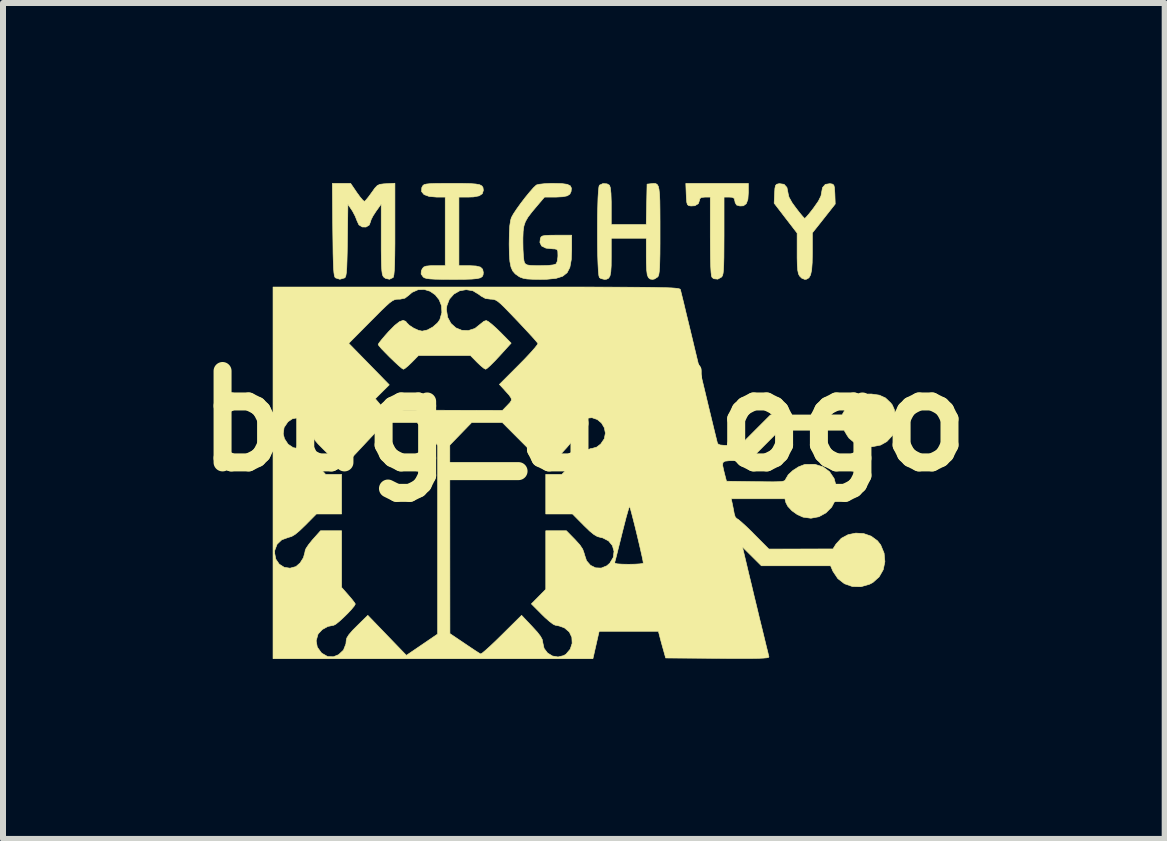
<source format=kicad_pcb>
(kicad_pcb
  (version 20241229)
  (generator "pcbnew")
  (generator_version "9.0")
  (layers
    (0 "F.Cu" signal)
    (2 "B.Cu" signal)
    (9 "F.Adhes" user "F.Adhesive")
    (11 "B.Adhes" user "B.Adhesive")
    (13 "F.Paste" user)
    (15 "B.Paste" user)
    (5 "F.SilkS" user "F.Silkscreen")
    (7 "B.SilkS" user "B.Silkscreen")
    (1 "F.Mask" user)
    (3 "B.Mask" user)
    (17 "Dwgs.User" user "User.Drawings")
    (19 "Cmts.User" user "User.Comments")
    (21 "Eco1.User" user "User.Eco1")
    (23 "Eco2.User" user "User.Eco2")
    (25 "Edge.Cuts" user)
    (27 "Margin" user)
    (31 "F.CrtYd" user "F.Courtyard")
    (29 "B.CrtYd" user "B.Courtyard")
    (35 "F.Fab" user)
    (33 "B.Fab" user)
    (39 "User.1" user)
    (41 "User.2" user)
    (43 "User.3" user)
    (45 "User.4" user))
  (footprint "bug_a_logo"
    (layer "F.Cu")
    (at 6.684 3.97)
    (property "Reference" "bug_a_logo" (at 0 0 0) (layer "F.SilkS") (effects (font (size 1.524 1.524) (thickness 0.3))))
    (attr through_hole)
    (fp_poly (pts (xy 2.743 -3.815) (xy 2.735 -3.697) (xy 2.708 -3.624) (xy 2.66 -3.589) (xy 2.602 -3.586) (xy 2.546 -3.602) (xy 2.522 -3.644) (xy 2.519 -3.664) (xy 2.507 -3.712) (xy 2.474 -3.731) (xy 2.424 -3.734) (xy 2.337 -3.734) (xy 2.337 -3.088) (xy 2.336 -2.886) (xy 2.335 -2.729) (xy 2.332 -2.61) (xy 2.328 -2.525) (xy 2.322 -2.467) (xy 2.313 -2.429) (xy 2.301 -2.407) (xy 2.297 -2.402) (xy 2.233 -2.366) (xy 2.167 -2.373) (xy 2.139 -2.393) (xy 2.128 -2.419) (xy 2.121 -2.479) (xy 2.115 -2.575) (xy 2.111 -2.711) (xy 2.109 -2.892) (xy 2.108 -3.078) (xy 2.108 -3.734) (xy 2.019 -3.734) (xy 1.957 -3.728) (xy 1.933 -3.705) (xy 1.93 -3.686) (xy 1.909 -3.625) (xy 1.851 -3.59) (xy 1.786 -3.586) (xy 1.749 -3.592) (xy 1.727 -3.609) (xy 1.716 -3.647) (xy 1.71 -3.718) (xy 1.707 -3.778) (xy 1.7 -3.962) (xy 2.743 -3.962) (xy 2.743 -3.815)) (stroke (width 0.01) (type solid)) (fill yes) (layer "F.SilkS"))
    (fp_poly (pts (xy 4.103 -3.958) (xy 4.144 -3.951) (xy 4.167 -3.934) (xy 4.178 -3.894) (xy 4.183 -3.82) (xy 4.185 -3.785) (xy 4.191 -3.619) (xy 4.001 -3.378) (xy 3.81 -3.137) (xy 3.81 -2.806) (xy 3.807 -2.641) (xy 3.798 -2.52) (xy 3.78 -2.437) (xy 3.752 -2.388) (xy 3.712 -2.365) (xy 3.683 -2.362) (xy 3.633 -2.382) (xy 3.596 -2.419) (xy 3.578 -2.455) (xy 3.566 -2.513) (xy 3.559 -2.599) (xy 3.556 -2.723) (xy 3.556 -2.805) (xy 3.556 -3.134) (xy 3.364 -3.383) (xy 3.173 -3.632) (xy 3.18 -3.791) (xy 3.185 -3.878) (xy 3.195 -3.926) (xy 3.215 -3.948) (xy 3.252 -3.957) (xy 3.263 -3.958) (xy 3.338 -3.947) (xy 3.386 -3.894) (xy 3.404 -3.804) (xy 3.404 -3.801) (xy 3.42 -3.733) (xy 3.472 -3.64) (xy 3.536 -3.552) (xy 3.597 -3.473) (xy 3.647 -3.413) (xy 3.678 -3.381) (xy 3.683 -3.378) (xy 3.704 -3.397) (xy 3.748 -3.447) (xy 3.806 -3.52) (xy 3.83 -3.552) (xy 3.91 -3.666) (xy 3.953 -3.753) (xy 3.962 -3.801) (xy 3.979 -3.892) (xy 4.026 -3.946) (xy 4.101 -3.958) (xy 4.103 -3.958)) (stroke (width 0.01) (type solid)) (fill yes) (layer "F.SilkS"))
    (fp_poly (pts (xy -2.025 -3.962) (xy -1.893 -3.959) (xy -1.8 -3.952) (xy -1.737 -3.94) (xy -1.701 -3.921) (xy -1.682 -3.895) (xy -1.677 -3.859) (xy -1.676 -3.844) (xy -1.693 -3.79) (xy -1.746 -3.755) (xy -1.839 -3.737) (xy -1.929 -3.734) (xy -2.083 -3.734) (xy -2.083 -2.591) (xy -1.91 -2.591) (xy -1.796 -2.585) (xy -1.724 -2.567) (xy -1.687 -2.531) (xy -1.676 -2.477) (xy -1.68 -2.438) (xy -1.694 -2.409) (xy -1.726 -2.388) (xy -1.782 -2.375) (xy -1.868 -2.367) (xy -1.991 -2.363) (xy -2.157 -2.362) (xy -2.188 -2.362) (xy -2.355 -2.363) (xy -2.478 -2.365) (xy -2.565 -2.37) (xy -2.623 -2.378) (xy -2.659 -2.389) (xy -2.678 -2.402) (xy -2.713 -2.451) (xy -2.71 -2.503) (xy -2.692 -2.542) (xy -2.669 -2.568) (xy -2.63 -2.583) (xy -2.562 -2.59) (xy -2.488 -2.591) (xy -2.311 -2.591) (xy -2.311 -3.734) (xy -2.453 -3.734) (xy -2.579 -3.745) (xy -2.664 -3.776) (xy -2.705 -3.825) (xy -2.702 -3.891) (xy -2.691 -3.913) (xy -2.679 -3.931) (xy -2.658 -3.944) (xy -2.622 -3.952) (xy -2.562 -3.958) (xy -2.473 -3.961) (xy -2.346 -3.962) (xy -2.201 -3.962) (xy -2.025 -3.962)) (stroke (width 0.01) (type solid)) (fill yes) (layer "F.SilkS"))
    (fp_poly (pts (xy 1.198 -3.959) (xy 1.222 -3.945) (xy 1.241 -3.914) (xy 1.253 -3.862) (xy 1.262 -3.783) (xy 1.267 -3.672) (xy 1.269 -3.524) (xy 1.27 -3.333) (xy 1.27 -3.174) (xy 1.27 -2.958) (xy 1.269 -2.787) (xy 1.266 -2.656) (xy 1.263 -2.559) (xy 1.257 -2.491) (xy 1.25 -2.445) (xy 1.241 -2.417) (xy 1.23 -2.402) (xy 1.179 -2.369) (xy 1.146 -2.362) (xy 1.105 -2.368) (xy 1.076 -2.392) (xy 1.057 -2.439) (xy 1.047 -2.519) (xy 1.042 -2.637) (xy 1.041 -2.736) (xy 1.041 -3.048) (xy 0.457 -3.048) (xy 0.457 -2.736) (xy 0.456 -2.59) (xy 0.449 -2.487) (xy 0.436 -2.42) (xy 0.413 -2.382) (xy 0.379 -2.365) (xy 0.343 -2.362) (xy 0.285 -2.376) (xy 0.259 -2.393) (xy 0.25 -2.427) (xy 0.242 -2.504) (xy 0.236 -2.616) (xy 0.231 -2.755) (xy 0.228 -2.914) (xy 0.227 -3.084) (xy 0.227 -3.258) (xy 0.228 -3.427) (xy 0.232 -3.584) (xy 0.236 -3.721) (xy 0.243 -3.83) (xy 0.251 -3.903) (xy 0.259 -3.932) (xy 0.317 -3.959) (xy 0.386 -3.955) (xy 0.427 -3.932) (xy 0.442 -3.889) (xy 0.452 -3.797) (xy 0.457 -3.655) (xy 0.457 -3.589) (xy 0.457 -3.277) (xy 1.04 -3.277) (xy 1.047 -3.613) (xy 1.054 -3.95) (xy 1.125 -3.958) (xy 1.166 -3.962) (xy 1.198 -3.959)) (stroke (width 0.01) (type solid)) (fill yes) (layer "F.SilkS"))
    (fp_poly (pts (xy -3.15 -3.194) (xy -3.15 -2.956) (xy -3.152 -2.765) (xy -3.155 -2.617) (xy -3.16 -2.51) (xy -3.167 -2.439) (xy -3.176 -2.4) (xy -3.18 -2.393) (xy -3.24 -2.364) (xy -3.307 -2.379) (xy -3.338 -2.402) (xy -3.351 -2.422) (xy -3.361 -2.455) (xy -3.368 -2.508) (xy -3.373 -2.587) (xy -3.376 -2.698) (xy -3.378 -2.848) (xy -3.378 -3.031) (xy -3.378 -3.619) (xy -3.467 -3.494) (xy -3.515 -3.42) (xy -3.547 -3.357) (xy -3.556 -3.326) (xy -3.578 -3.268) (xy -3.632 -3.235) (xy -3.694 -3.236) (xy -3.75 -3.271) (xy -3.781 -3.337) (xy -3.811 -3.414) (xy -3.856 -3.499) (xy -3.869 -3.519) (xy -3.934 -3.615) (xy -3.942 -3.013) (xy -3.945 -2.818) (xy -3.949 -2.667) (xy -3.953 -2.556) (xy -3.959 -2.478) (xy -3.967 -2.428) (xy -3.977 -2.399) (xy -3.988 -2.387) (xy -4.067 -2.364) (xy -4.14 -2.387) (xy -4.151 -2.4) (xy -4.16 -2.429) (xy -4.167 -2.477) (xy -4.173 -2.551) (xy -4.177 -2.656) (xy -4.181 -2.795) (xy -4.183 -2.976) (xy -4.186 -3.187) (xy -4.193 -3.962) (xy -3.888 -3.962) (xy -3.784 -3.809) (xy -3.73 -3.735) (xy -3.686 -3.683) (xy -3.659 -3.662) (xy -3.657 -3.662) (xy -3.632 -3.686) (xy -3.588 -3.74) (xy -3.537 -3.81) (xy -3.484 -3.884) (xy -3.443 -3.927) (xy -3.399 -3.947) (xy -3.335 -3.955) (xy -3.295 -3.957) (xy -3.15 -3.965) (xy -3.15 -3.194)) (stroke (width 0.01) (type solid)) (fill yes) (layer "F.SilkS"))
    (fp_poly (pts (xy -0.367 -3.959) (xy -0.277 -3.947) (xy -0.226 -3.922) (xy -0.207 -3.883) (xy -0.213 -3.826) (xy -0.213 -3.826) (xy -0.234 -3.783) (xy -0.277 -3.755) (xy -0.352 -3.74) (xy -0.466 -3.734) (xy -0.5 -3.734) (xy -0.656 -3.734) (xy -0.77 -3.6) (xy -0.865 -3.487) (xy -0.932 -3.399) (xy -0.975 -3.324) (xy -1 -3.249) (xy -1.012 -3.162) (xy -1.016 -3.051) (xy -1.016 -2.979) (xy -1.014 -2.858) (xy -1.008 -2.753) (xy -0.999 -2.675) (xy -0.99 -2.64) (xy -0.971 -2.617) (xy -0.94 -2.602) (xy -0.885 -2.594) (xy -0.795 -2.591) (xy -0.728 -2.591) (xy -0.599 -2.594) (xy -0.509 -2.604) (xy -0.463 -2.62) (xy -0.462 -2.621) (xy -0.443 -2.664) (xy -0.433 -2.735) (xy -0.432 -2.761) (xy -0.434 -2.829) (xy -0.448 -2.861) (xy -0.485 -2.87) (xy -0.514 -2.871) (xy -0.632 -2.883) (xy -0.705 -2.919) (xy -0.733 -2.979) (xy -0.724 -3.048) (xy -0.712 -3.071) (xy -0.688 -3.086) (xy -0.643 -3.094) (xy -0.565 -3.098) (xy -0.455 -3.099) (xy -0.203 -3.099) (xy -0.203 -2.856) (xy -0.21 -2.689) (xy -0.233 -2.563) (xy -0.279 -2.473) (xy -0.354 -2.414) (xy -0.464 -2.379) (xy -0.614 -2.364) (xy -0.724 -2.362) (xy -0.855 -2.364) (xy -0.947 -2.369) (xy -1.012 -2.381) (xy -1.062 -2.399) (xy -1.085 -2.412) (xy -1.144 -2.454) (xy -1.187 -2.504) (xy -1.215 -2.569) (xy -1.233 -2.659) (xy -1.242 -2.781) (xy -1.245 -2.945) (xy -1.245 -2.959) (xy -1.242 -3.131) (xy -1.235 -3.258) (xy -1.221 -3.347) (xy -1.208 -3.392) (xy -1.175 -3.452) (xy -1.12 -3.535) (xy -1.051 -3.631) (xy -0.976 -3.729) (xy -0.902 -3.819) (xy -0.839 -3.891) (xy -0.794 -3.933) (xy -0.787 -3.937) (xy -0.742 -3.948) (xy -0.66 -3.957) (xy -0.555 -3.962) (xy -0.5 -3.962) (xy -0.367 -3.959)) (stroke (width 0.01) (type solid)) (fill yes) (layer "F.SilkS"))
    (fp_poly (pts (xy -1.308 -2.235) (xy -0.872 -2.235) (xy -0.482 -2.235) (xy -0.135 -2.235) (xy 0.171 -2.234) (xy 0.439 -2.233) (xy 0.672 -2.232) (xy 0.871 -2.231) (xy 1.04 -2.23) (xy 1.181 -2.228) (xy 1.297 -2.225) (xy 1.389 -2.223) (xy 1.462 -2.22) (xy 1.516 -2.216) (xy 1.555 -2.212) (xy 1.582 -2.207) (xy 1.598 -2.202) (xy 1.607 -2.196) (xy 1.61 -2.191) (xy 1.618 -2.158) (xy 1.637 -2.081) (xy 1.666 -1.964) (xy 1.702 -1.812) (xy 1.746 -1.631) (xy 1.796 -1.424) (xy 1.85 -1.198) (xy 1.908 -0.957) (xy 1.918 -0.914) (xy 1.976 -0.671) (xy 2.031 -0.442) (xy 2.081 -0.232) (xy 2.126 -0.046) (xy 2.164 0.111) (xy 2.194 0.234) (xy 2.215 0.319) (xy 2.225 0.36) (xy 2.225 0.362) (xy 2.241 0.386) (xy 2.276 0.399) (xy 2.343 0.405) (xy 2.422 0.406) (xy 2.604 0.406) (xy 2.857 0.152) (xy 3.111 -0.102) (xy 3.708 -0.102) (xy 4.305 -0.103) (xy 4.381 -0.234) (xy 4.464 -0.347) (xy 4.557 -0.417) (xy 4.673 -0.449) (xy 4.794 -0.451) (xy 4.926 -0.432) (xy 5.028 -0.386) (xy 5.115 -0.304) (xy 5.142 -0.27) (xy 5.177 -0.19) (xy 5.196 -0.081) (xy 5.197 0.039) (xy 5.181 0.15) (xy 5.148 0.235) (xy 5.142 0.244) (xy 5.051 0.342) (xy 4.948 0.4) (xy 4.816 0.426) (xy 4.805 0.427) (xy 4.653 0.417) (xy 4.522 0.369) (xy 4.421 0.285) (xy 4.39 0.24) (xy 4.338 0.152) (xy 3.263 0.152) (xy 3.01 0.406) (xy 2.757 0.66) (xy 2.534 0.66) (xy 2.421 0.661) (xy 2.352 0.669) (xy 2.318 0.692) (xy 2.314 0.74) (xy 2.331 0.819) (xy 2.345 0.876) (xy 2.378 1.003) (xy 2.864 1.01) (xy 3.032 1.012) (xy 3.157 1.013) (xy 3.244 1.011) (xy 3.302 1.007) (xy 3.336 0.999) (xy 3.355 0.987) (xy 3.364 0.971) (xy 3.365 0.968) (xy 3.408 0.895) (xy 3.486 0.823) (xy 3.58 0.763) (xy 3.676 0.726) (xy 3.693 0.723) (xy 3.851 0.721) (xy 3.987 0.763) (xy 4.096 0.844) (xy 4.173 0.959) (xy 4.212 1.104) (xy 4.216 1.176) (xy 4.194 1.316) (xy 4.131 1.436) (xy 4.036 1.531) (xy 3.919 1.595) (xy 3.786 1.62) (xy 3.655 1.602) (xy 3.559 1.559) (xy 3.469 1.495) (xy 3.4 1.421) (xy 3.368 1.359) (xy 3.352 1.295) (xy 2.457 1.295) (xy 2.475 1.378) (xy 2.493 1.467) (xy 2.507 1.543) (xy 2.524 1.599) (xy 2.548 1.625) (xy 2.55 1.626) (xy 2.578 1.643) (xy 2.633 1.69) (xy 2.71 1.76) (xy 2.8 1.847) (xy 2.832 1.88) (xy 3.085 2.134) (xy 3.619 2.133) (xy 4.153 2.132) (xy 4.204 2.051) (xy 4.292 1.955) (xy 4.406 1.894) (xy 4.534 1.868) (xy 4.666 1.876) (xy 4.79 1.919) (xy 4.895 1.996) (xy 4.949 2.065) (xy 5.006 2.203) (xy 5.019 2.345) (xy 4.991 2.479) (xy 4.923 2.598) (xy 4.819 2.691) (xy 4.764 2.72) (xy 4.619 2.762) (xy 4.476 2.758) (xy 4.345 2.712) (xy 4.235 2.627) (xy 4.154 2.506) (xy 4.149 2.496) (xy 4.114 2.413) (xy 2.96 2.413) (xy 2.802 2.256) (xy 2.644 2.099) (xy 2.68 2.25) (xy 2.713 2.389) (xy 2.751 2.55) (xy 2.794 2.727) (xy 2.838 2.913) (xy 2.884 3.102) (xy 2.928 3.287) (xy 2.971 3.461) (xy 3.009 3.617) (xy 3.041 3.749) (xy 3.066 3.849) (xy 3.081 3.912) (xy 3.086 3.931) (xy 3.08 3.94) (xy 3.051 3.947) (xy 2.996 3.952) (xy 2.91 3.956) (xy 2.789 3.958) (xy 2.629 3.958) (xy 2.426 3.958) (xy 2.231 3.956) (xy 1.364 3.95) (xy 1.332 3.835) (xy 1.304 3.736) (xy 1.276 3.633) (xy 1.271 3.613) (xy 1.243 3.505) (xy 0.255 3.505) (xy 0.239 3.575) (xy 0.222 3.65) (xy 0.203 3.734) (xy 0.203 3.734) (xy 0.184 3.817) (xy 0.167 3.893) (xy 0.167 3.893) (xy 0.151 3.962) (xy -5.182 3.962) (xy -5.182 2.197) (xy -5.156 2.197) (xy -5.135 2.303) (xy -5.078 2.386) (xy -4.996 2.438) (xy -4.899 2.453) (xy -4.8 2.426) (xy -4.73 2.365) (xy -4.675 2.277) (xy -4.649 2.181) (xy -4.648 2.165) (xy -4.632 2.124) (xy -4.589 2.06) (xy -4.529 1.985) (xy -4.519 1.974) (xy -4.39 1.829) (xy -4.039 1.829) (xy -4.039 2.773) (xy -3.924 2.904) (xy -3.867 2.971) (xy -3.826 3.024) (xy -3.81 3.05) (xy -3.81 3.05) (xy -3.828 3.083) (xy -3.874 3.139) (xy -3.938 3.208) (xy -4.01 3.278) (xy -4.079 3.341) (xy -4.136 3.387) (xy -4.169 3.404) (xy -4.267 3.424) (xy -4.36 3.475) (xy -4.427 3.546) (xy -4.433 3.557) (xy -4.463 3.664) (xy -4.444 3.769) (xy -4.379 3.86) (xy -4.366 3.872) (xy -4.272 3.926) (xy -4.176 3.93) (xy -4.089 3.895) (xy -4.008 3.819) (xy -3.967 3.715) (xy -3.962 3.662) (xy -3.952 3.617) (xy -3.917 3.561) (xy -3.852 3.486) (xy -3.782 3.416) (xy -3.602 3.239) (xy -3.281 3.572) (xy -2.959 3.906) (xy -2.699 3.729) (xy -2.438 3.551) (xy -2.438 1.977) (xy -2.438 0.403) (xy -2.44 0.401) (xy -2.235 0.401) (xy -2.234 1.972) (xy -2.233 3.543) (xy -1.988 3.708) (xy -1.89 3.774) (xy -1.806 3.83) (xy -1.746 3.868) (xy -1.72 3.883) (xy -1.695 3.869) (xy -1.641 3.824) (xy -1.563 3.754) (xy -1.468 3.664) (xy -1.367 3.565) (xy -1.038 3.239) (xy -0.862 3.425) (xy -0.776 3.519) (xy -0.723 3.588) (xy -0.694 3.641) (xy -0.685 3.688) (xy -0.685 3.692) (xy -0.663 3.79) (xy -0.605 3.867) (xy -0.523 3.917) (xy -0.43 3.933) (xy -0.336 3.91) (xy -0.297 3.886) (xy -0.227 3.803) (xy -0.195 3.706) (xy -0.2 3.606) (xy -0.242 3.517) (xy -0.319 3.451) (xy -0.341 3.441) (xy -0.412 3.416) (xy -0.47 3.404) (xy -0.476 3.404) (xy -0.513 3.386) (xy -0.574 3.34) (xy -0.65 3.273) (xy -0.698 3.226) (xy -0.875 3.048) (xy -0.755 2.927) (xy -0.635 2.805) (xy -0.635 1.829) (xy -0.291 1.829) (xy -0.148 1.975) (xy -0.067 2.064) (xy -0.019 2.136) (xy 0.005 2.203) (xy 0.009 2.221) (xy 0.045 2.329) (xy 0.111 2.405) (xy 0.196 2.447) (xy 0.29 2.451) (xy 0.383 2.413) (xy 0.434 2.368) (xy 0.441 2.356) (xy 0.514 2.356) (xy 0.521 2.371) (xy 0.561 2.381) (xy 0.639 2.386) (xy 0.747 2.388) (xy 0.851 2.386) (xy 0.933 2.381) (xy 0.982 2.374) (xy 0.991 2.369) (xy 0.986 2.332) (xy 0.971 2.259) (xy 0.948 2.157) (xy 0.92 2.036) (xy 0.889 1.905) (xy 0.857 1.773) (xy 0.826 1.651) (xy 0.799 1.546) (xy 0.778 1.468) (xy 0.765 1.427) (xy 0.763 1.422) (xy 0.752 1.446) (xy 0.732 1.511) (xy 0.704 1.61) (xy 0.672 1.735) (xy 0.637 1.873) (xy 0.601 2.019) (xy 0.568 2.149) (xy 0.542 2.254) (xy 0.523 2.326) (xy 0.514 2.356) (xy 0.441 2.356) (xy 0.491 2.272) (xy 0.503 2.171) (xy 0.476 2.076) (xy 0.412 1.998) (xy 0.316 1.948) (xy 0.28 1.94) (xy 0.225 1.925) (xy 0.167 1.891) (xy 0.096 1.833) (xy 0.003 1.743) (xy -0.003 1.737) (xy -0.189 1.549) (xy -0.635 1.549) (xy -0.635 0.889) (xy -0.367 0.889) (xy -0.152 0.673) (xy -0.053 0.576) (xy 0.021 0.511) (xy 0.075 0.474) (xy 0.118 0.458) (xy 0.135 0.457) (xy 0.215 0.434) (xy 0.281 0.383) (xy 0.341 0.295) (xy 0.359 0.201) (xy 0.341 0.111) (xy 0.294 0.032) (xy 0.224 -0.026) (xy 0.136 -0.056) (xy 0.039 -0.047) (xy -0.012 -0.026) (xy -0.068 0.023) (xy -0.115 0.097) (xy -0.143 0.174) (xy -0.145 0.229) (xy -0.155 0.273) (xy -0.204 0.346) (xy -0.29 0.448) (xy -0.297 0.455) (xy -0.461 0.635) (xy -0.75 0.635) (xy -1.054 0.33) (xy -1.358 0.025) (xy -1.615 0.025) (xy -1.871 0.025) (xy -2.235 0.401) (xy -2.44 0.401) (xy -2.609 0.214) (xy -2.78 0.025) (xy -3.05 0.025) (xy -3.319 0.025) (xy -3.605 0.33) (xy -3.89 0.635) (xy -4.034 0.635) (xy -4.101 0.634) (xy -4.151 0.626) (xy -4.196 0.604) (xy -4.248 0.563) (xy -4.319 0.494) (xy -4.349 0.464) (xy -4.431 0.381) (xy -4.482 0.321) (xy -4.509 0.273) (xy -4.52 0.228) (xy -4.521 0.198) (xy -4.542 0.095) (xy -4.598 0.015) (xy -4.677 -0.037) (xy -4.769 -0.056) (xy -4.862 -0.037) (xy -4.934 0.013) (xy -4.998 0.108) (xy -5.012 0.214) (xy -4.991 0.295) (xy -4.931 0.386) (xy -4.846 0.443) (xy -4.771 0.457) (xy -4.732 0.466) (xy -4.684 0.495) (xy -4.62 0.552) (xy -4.534 0.641) (xy -4.504 0.673) (xy -4.305 0.889) (xy -4.172 0.889) (xy -4.039 0.889) (xy -4.039 1.549) (xy -4.459 1.549) (xy -4.645 1.737) (xy -4.741 1.829) (xy -4.813 1.889) (xy -4.872 1.924) (xy -4.927 1.94) (xy -5.037 1.98) (xy -5.114 2.053) (xy -5.153 2.155) (xy -5.156 2.197) (xy -5.182 2.197) (xy -5.182 -1.296) (xy -3.92 -1.296) (xy -3.582 -0.95) (xy -3.244 -0.604) (xy -3.361 -0.488) (xy -3.477 -0.372) (xy -3.396 -0.277) (xy -3.315 -0.182) (xy -2.335 -0.18) (xy -1.356 -0.178) (xy -1.271 -0.266) (xy -1.228 -0.312) (xy -1.207 -0.348) (xy -1.213 -0.384) (xy -1.246 -0.433) (xy -1.311 -0.505) (xy -1.331 -0.528) (xy -1.408 -0.611) (xy -1.082 -0.937) (xy -0.978 -1.043) (xy -0.889 -1.138) (xy -0.821 -1.215) (xy -0.778 -1.269) (xy -0.765 -1.293) (xy -0.785 -1.319) (xy -0.834 -1.376) (xy -0.908 -1.457) (xy -1 -1.556) (xy -1.105 -1.668) (xy -1.113 -1.676) (xy -1.231 -1.799) (xy -1.319 -1.89) (xy -1.385 -1.954) (xy -1.434 -1.995) (xy -1.473 -2.018) (xy -1.507 -2.029) (xy -1.542 -2.032) (xy -1.554 -2.032) (xy -1.642 -2.044) (xy -1.72 -2.088) (xy -1.744 -2.108) (xy -1.849 -2.172) (xy -1.961 -2.191) (xy -2.07 -2.172) (xy -2.167 -2.117) (xy -2.242 -2.032) (xy -2.284 -1.922) (xy -2.291 -1.858) (xy -2.271 -1.73) (xy -2.216 -1.628) (xy -2.134 -1.554) (xy -2.034 -1.513) (xy -1.925 -1.509) (xy -1.816 -1.544) (xy -1.717 -1.623) (xy -1.667 -1.663) (xy -1.627 -1.676) (xy -1.593 -1.659) (xy -1.534 -1.613) (xy -1.458 -1.545) (xy -1.399 -1.488) (xy -1.212 -1.299) (xy -1.41 -1.081) (xy -1.491 -0.995) (xy -1.561 -0.925) (xy -1.613 -0.879) (xy -1.637 -0.864) (xy -1.669 -0.881) (xy -1.722 -0.925) (xy -1.778 -0.978) (xy -1.89 -1.092) (xy -2.758 -1.092) (xy -2.87 -0.978) (xy -2.933 -0.918) (xy -2.983 -0.877) (xy -3.008 -0.864) (xy -3.036 -0.881) (xy -3.089 -0.926) (xy -3.158 -0.99) (xy -3.235 -1.064) (xy -3.309 -1.139) (xy -3.373 -1.205) (xy -3.416 -1.255) (xy -3.429 -1.278) (xy -3.413 -1.304) (xy -3.37 -1.359) (xy -3.307 -1.433) (xy -3.258 -1.488) (xy -3.155 -1.593) (xy -3.074 -1.657) (xy -3.013 -1.679) (xy -2.969 -1.662) (xy -2.954 -1.641) (xy -2.909 -1.596) (xy -2.837 -1.549) (xy -2.758 -1.513) (xy -2.696 -1.499) (xy -2.61 -1.518) (xy -2.518 -1.568) (xy -2.44 -1.636) (xy -2.401 -1.691) (xy -2.367 -1.81) (xy -2.373 -1.922) (xy -2.412 -2.022) (xy -2.478 -2.105) (xy -2.563 -2.164) (xy -2.66 -2.194) (xy -2.763 -2.19) (xy -2.863 -2.146) (xy -2.921 -2.096) (xy -2.983 -2.049) (xy -3.064 -2.032) (xy -3.085 -2.032) (xy -3.122 -2.031) (xy -3.156 -2.023) (xy -3.192 -2.005) (xy -3.238 -1.972) (xy -3.298 -1.918) (xy -3.379 -1.841) (xy -3.486 -1.733) (xy -3.555 -1.664) (xy -3.92 -1.296) (xy -5.182 -1.296) (xy -5.182 -2.235) (xy -1.792 -2.235) (xy -1.308 -2.235)) (stroke (width 0.01) (type solid)) (fill yes) (layer "F.SilkS")))
  (gr_rect
    (start -3 -3)
    (end 16.368 10.937)
    (stroke (width 0.1) (type default))
    (fill no)
    (layer "Edge.Cuts")))
</source>
